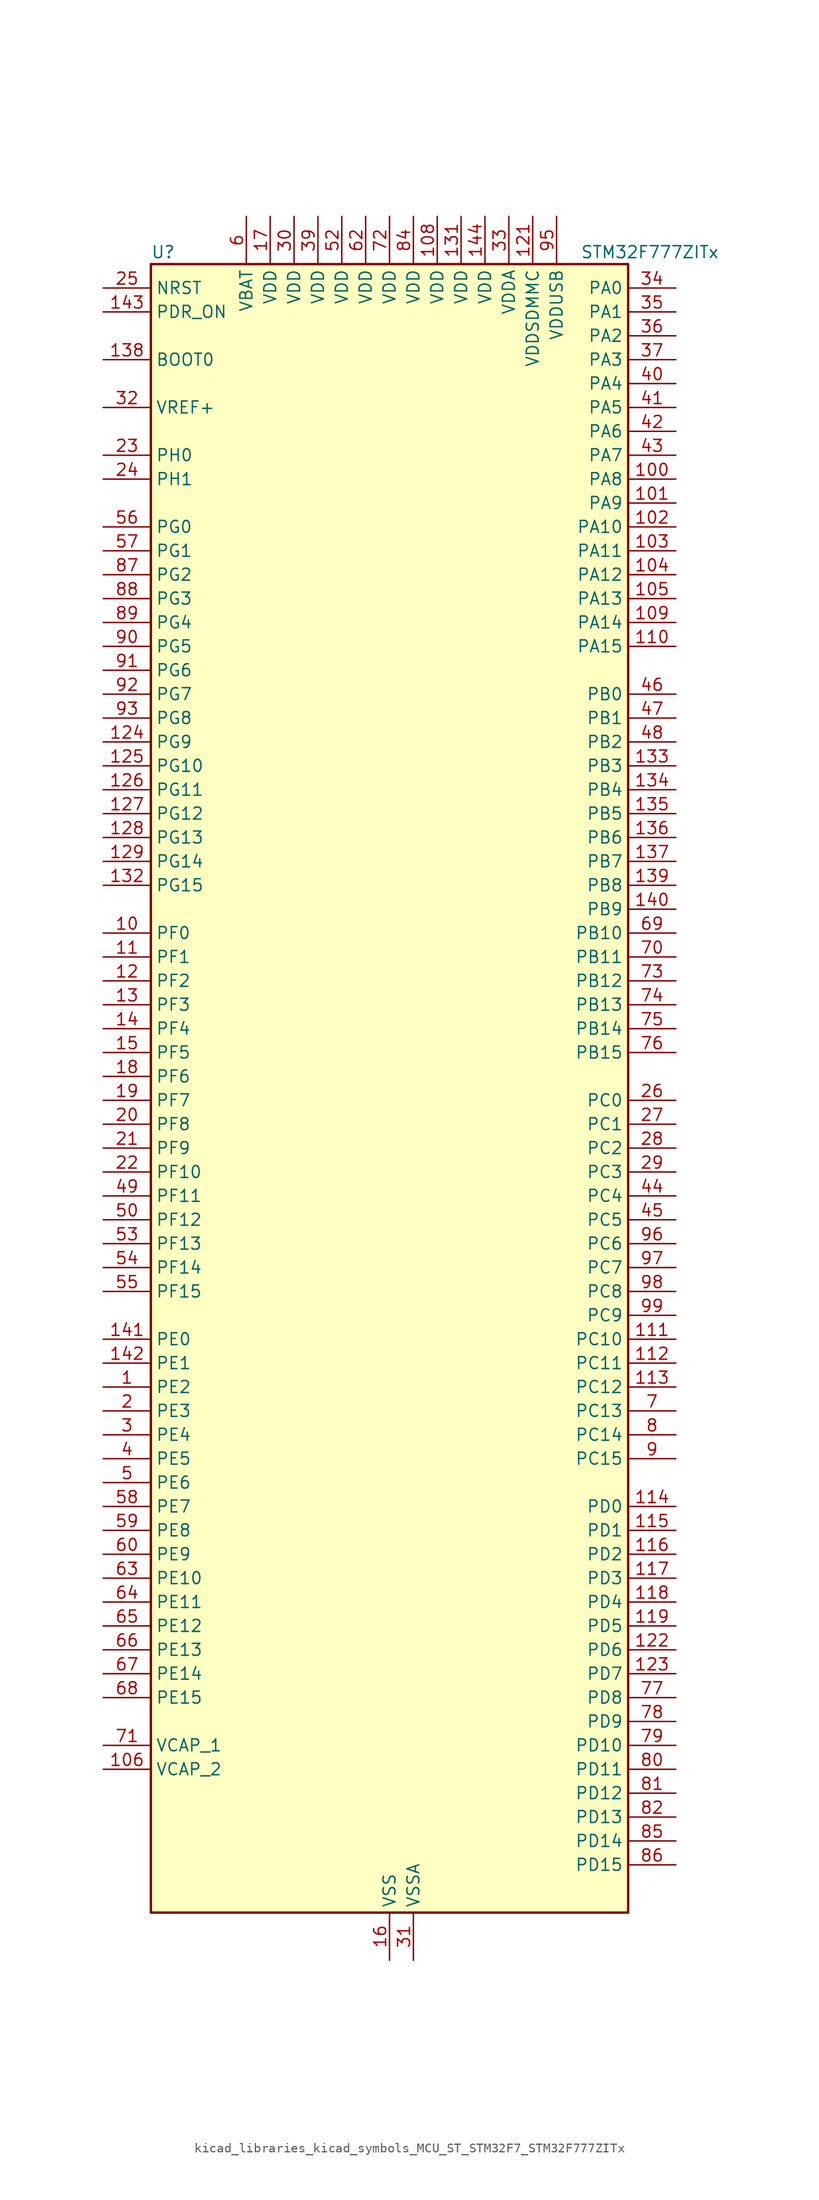
<source format=kicad_sym>
(kicad_symbol_lib
  (version 20220914)
  (generator kicad_symbol_editor)
  (symbol "kicad_libraries_kicad_symbols_MCU_ST_STM32F7_STM32F777ZITx"
    (property "Reference" "U"
      (at -25.4 90.17 0)
      (effects (font (size 1.27 1.27)) (justify left)))
    (property "Value" "STM32F777ZITx"
      (at 20.32 90.17 0)
      (effects (font (size 1.27 1.27)) (justify left)))
    (property "ki_locked" ""
      (at 0 0 0)
      (effects (font (size 1.27 1.27))))
    (symbol "kicad_libraries_kicad_symbols_MCU_ST_STM32F7_STM32F777ZITx_0_1"
      (rectangle (start -25.4 -86.36) (end 25.4 88.9) (stroke (width 0.254) (type default)) (fill (type background))))
    (symbol "kicad_libraries_kicad_symbols_MCU_ST_STM32F7_STM32F777ZITx_1_1"
      (pin bidirectional line (at -30.48 -30.48 0) (length 5.08) (name "PE2" (effects (font (size 1.27 1.27)))) (number "1" (effects (font (size 1.27 1.27)))) (alternate "ETH_TXD3" bidirectional line) (alternate "FMC_A23" bidirectional line) (alternate "QUADSPI_BK1_IO2" bidirectional line) (alternate "SAI1_MCLK_A" bidirectional line) (alternate "SPI4_SCK" bidirectional line) (alternate "SYS_TRACECLK" bidirectional line))
      (pin bidirectional line (at -30.48 17.78 0) (length 5.08) (name "PF0" (effects (font (size 1.27 1.27)))) (number "10" (effects (font (size 1.27 1.27)))) (alternate "FMC_A0" bidirectional line) (alternate "I2C2_SDA" bidirectional line))
      (pin bidirectional line (at 30.48 66.04 180) (length 5.08) (name "PA8" (effects (font (size 1.27 1.27)))) (number "100" (effects (font (size 1.27 1.27)))) (alternate "CAN3_RX" bidirectional line) (alternate "I2C3_SCL" bidirectional line) (alternate "LTDC_B3" bidirectional line) (alternate "LTDC_R6" bidirectional line) (alternate "RCC_MCO_1" bidirectional line) (alternate "TIM1_CH1" bidirectional line) (alternate "TIM8_BKIN2" bidirectional line) (alternate "UART7_RX" bidirectional line) (alternate "USART1_CK" bidirectional line) (alternate "USB_OTG_FS_SOF" bidirectional line))
      (pin bidirectional line (at 30.48 63.5 180) (length 5.08) (name "PA9" (effects (font (size 1.27 1.27)))) (number "101" (effects (font (size 1.27 1.27)))) (alternate "DAC_EXTI9" bidirectional line) (alternate "DCMI_D0" bidirectional line) (alternate "I2C3_SMBA" bidirectional line) (alternate "I2S2_CK" bidirectional line) (alternate "LTDC_R5" bidirectional line) (alternate "SPI2_SCK" bidirectional line) (alternate "TIM1_CH2" bidirectional line) (alternate "USART1_TX" bidirectional line) (alternate "USB_OTG_FS_VBUS" bidirectional line))
      (pin bidirectional line (at 30.48 60.96 180) (length 5.08) (name "PA10" (effects (font (size 1.27 1.27)))) (number "102" (effects (font (size 1.27 1.27)))) (alternate "DCMI_D1" bidirectional line) (alternate "LTDC_B1" bidirectional line) (alternate "LTDC_B4" bidirectional line) (alternate "MDIOS_MDIO" bidirectional line) (alternate "TIM1_CH3" bidirectional line) (alternate "USART1_RX" bidirectional line) (alternate "USB_OTG_FS_ID" bidirectional line))
      (pin bidirectional line (at 30.48 58.42 180) (length 5.08) (name "PA11" (effects (font (size 1.27 1.27)))) (number "103" (effects (font (size 1.27 1.27)))) (alternate "ADC1_EXTI11" bidirectional line) (alternate "ADC2_EXTI11" bidirectional line) (alternate "ADC3_EXTI11" bidirectional line) (alternate "CAN1_RX" bidirectional line) (alternate "I2S2_WS" bidirectional line) (alternate "LTDC_R4" bidirectional line) (alternate "SPI2_NSS" bidirectional line) (alternate "TIM1_CH4" bidirectional line) (alternate "UART4_RX" bidirectional line) (alternate "USART1_CTS" bidirectional line) (alternate "USB_OTG_FS_DM" bidirectional line))
      (pin bidirectional line (at 30.48 55.88 180) (length 5.08) (name "PA12" (effects (font (size 1.27 1.27)))) (number "104" (effects (font (size 1.27 1.27)))) (alternate "CAN1_TX" bidirectional line) (alternate "I2S2_CK" bidirectional line) (alternate "LTDC_R5" bidirectional line) (alternate "SAI2_FS_B" bidirectional line) (alternate "SPI2_SCK" bidirectional line) (alternate "TIM1_ETR" bidirectional line) (alternate "UART4_TX" bidirectional line) (alternate "USART1_DE" bidirectional line) (alternate "USART1_RTS" bidirectional line) (alternate "USB_OTG_FS_DP" bidirectional line))
      (pin bidirectional line (at 30.48 53.34 180) (length 5.08) (name "PA13" (effects (font (size 1.27 1.27)))) (number "105" (effects (font (size 1.27 1.27)))) (alternate "SYS_JTMS-SWDIO" bidirectional line))
      (pin power_out line (at -30.48 -71.12 0) (length 5.08) (name "VCAP_2" (effects (font (size 1.27 1.27)))) (number "106" (effects (font (size 1.27 1.27)))))
      (pin passive line (at 0 -91.44 90) (length 5.08) hide (name "VSS" (effects (font (size 1.27 1.27)))) (number "107" (effects (font (size 1.27 1.27)))))
      (pin power_in line (at 5.08 93.98 270) (length 5.08) (name "VDD" (effects (font (size 1.27 1.27)))) (number "108" (effects (font (size 1.27 1.27)))))
      (pin bidirectional line (at 30.48 50.8 180) (length 5.08) (name "PA14" (effects (font (size 1.27 1.27)))) (number "109" (effects (font (size 1.27 1.27)))) (alternate "SYS_JTCK-SWCLK" bidirectional line))
      (pin bidirectional line (at -30.48 15.24 0) (length 5.08) (name "PF1" (effects (font (size 1.27 1.27)))) (number "11" (effects (font (size 1.27 1.27)))) (alternate "FMC_A1" bidirectional line) (alternate "I2C2_SCL" bidirectional line))
      (pin bidirectional line (at 30.48 48.26 180) (length 5.08) (name "PA15" (effects (font (size 1.27 1.27)))) (number "110" (effects (font (size 1.27 1.27)))) (alternate "CAN3_TX" bidirectional line) (alternate "CEC" bidirectional line) (alternate "I2S1_WS" bidirectional line) (alternate "I2S3_WS" bidirectional line) (alternate "SPI1_NSS" bidirectional line) (alternate "SPI3_NSS" bidirectional line) (alternate "SPI6_NSS" bidirectional line) (alternate "SYS_JTDI" bidirectional line) (alternate "TIM2_CH1" bidirectional line) (alternate "TIM2_ETR" bidirectional line) (alternate "UART4_DE" bidirectional line) (alternate "UART4_RTS" bidirectional line) (alternate "UART7_TX" bidirectional line))
      (pin bidirectional line (at 30.48 -25.4 180) (length 5.08) (name "PC10" (effects (font (size 1.27 1.27)))) (number "111" (effects (font (size 1.27 1.27)))) (alternate "DCMI_D8" bidirectional line) (alternate "DFSDM1_CKIN5" bidirectional line) (alternate "I2S3_CK" bidirectional line) (alternate "LTDC_R2" bidirectional line) (alternate "QUADSPI_BK1_IO1" bidirectional line) (alternate "SDMMC1_D2" bidirectional line) (alternate "SPI3_SCK" bidirectional line) (alternate "UART4_TX" bidirectional line) (alternate "USART3_TX" bidirectional line))
      (pin bidirectional line (at 30.48 -27.94 180) (length 5.08) (name "PC11" (effects (font (size 1.27 1.27)))) (number "112" (effects (font (size 1.27 1.27)))) (alternate "ADC1_EXTI11" bidirectional line) (alternate "ADC2_EXTI11" bidirectional line) (alternate "ADC3_EXTI11" bidirectional line) (alternate "DCMI_D4" bidirectional line) (alternate "DFSDM1_DATIN5" bidirectional line) (alternate "QUADSPI_BK2_NCS" bidirectional line) (alternate "SDMMC1_D3" bidirectional line) (alternate "SPI3_MISO" bidirectional line) (alternate "UART4_RX" bidirectional line) (alternate "USART3_RX" bidirectional line))
      (pin bidirectional line (at 30.48 -30.48 180) (length 5.08) (name "PC12" (effects (font (size 1.27 1.27)))) (number "113" (effects (font (size 1.27 1.27)))) (alternate "DCMI_D9" bidirectional line) (alternate "I2S3_SD" bidirectional line) (alternate "SDMMC1_CK" bidirectional line) (alternate "SPI3_MOSI" bidirectional line) (alternate "SYS_TRACED3" bidirectional line) (alternate "UART5_TX" bidirectional line) (alternate "USART3_CK" bidirectional line))
      (pin bidirectional line (at 30.48 -43.18 180) (length 5.08) (name "PD0" (effects (font (size 1.27 1.27)))) (number "114" (effects (font (size 1.27 1.27)))) (alternate "CAN1_RX" bidirectional line) (alternate "DFSDM1_CKIN6" bidirectional line) (alternate "DFSDM1_DATIN7" bidirectional line) (alternate "FMC_D2" bidirectional line) (alternate "FMC_DA2" bidirectional line) (alternate "UART4_RX" bidirectional line))
      (pin bidirectional line (at 30.48 -45.72 180) (length 5.08) (name "PD1" (effects (font (size 1.27 1.27)))) (number "115" (effects (font (size 1.27 1.27)))) (alternate "CAN1_TX" bidirectional line) (alternate "DFSDM1_CKIN7" bidirectional line) (alternate "DFSDM1_DATIN6" bidirectional line) (alternate "FMC_D3" bidirectional line) (alternate "FMC_DA3" bidirectional line) (alternate "UART4_TX" bidirectional line))
      (pin bidirectional line (at 30.48 -48.26 180) (length 5.08) (name "PD2" (effects (font (size 1.27 1.27)))) (number "116" (effects (font (size 1.27 1.27)))) (alternate "DCMI_D11" bidirectional line) (alternate "SDMMC1_CMD" bidirectional line) (alternate "SYS_TRACED2" bidirectional line) (alternate "TIM3_ETR" bidirectional line) (alternate "UART5_RX" bidirectional line))
      (pin bidirectional line (at 30.48 -50.8 180) (length 5.08) (name "PD3" (effects (font (size 1.27 1.27)))) (number "117" (effects (font (size 1.27 1.27)))) (alternate "DCMI_D5" bidirectional line) (alternate "DFSDM1_CKOUT" bidirectional line) (alternate "DFSDM1_DATIN0" bidirectional line) (alternate "FMC_CLK" bidirectional line) (alternate "I2S2_CK" bidirectional line) (alternate "LTDC_G7" bidirectional line) (alternate "SPI2_SCK" bidirectional line) (alternate "USART2_CTS" bidirectional line))
      (pin bidirectional line (at 30.48 -53.34 180) (length 5.08) (name "PD4" (effects (font (size 1.27 1.27)))) (number "118" (effects (font (size 1.27 1.27)))) (alternate "DFSDM1_CKIN0" bidirectional line) (alternate "FMC_NOE" bidirectional line) (alternate "USART2_DE" bidirectional line) (alternate "USART2_RTS" bidirectional line))
      (pin bidirectional line (at 30.48 -55.88 180) (length 5.08) (name "PD5" (effects (font (size 1.27 1.27)))) (number "119" (effects (font (size 1.27 1.27)))) (alternate "FMC_NWE" bidirectional line) (alternate "USART2_TX" bidirectional line))
      (pin bidirectional line (at -30.48 12.7 0) (length 5.08) (name "PF2" (effects (font (size 1.27 1.27)))) (number "12" (effects (font (size 1.27 1.27)))) (alternate "FMC_A2" bidirectional line) (alternate "I2C2_SMBA" bidirectional line))
      (pin passive line (at 0 -91.44 90) (length 5.08) hide (name "VSS" (effects (font (size 1.27 1.27)))) (number "120" (effects (font (size 1.27 1.27)))))
      (pin power_in line (at 15.24 93.98 270) (length 5.08) (name "VDDSDMMC" (effects (font (size 1.27 1.27)))) (number "121" (effects (font (size 1.27 1.27)))))
      (pin bidirectional line (at 30.48 -58.42 180) (length 5.08) (name "PD6" (effects (font (size 1.27 1.27)))) (number "122" (effects (font (size 1.27 1.27)))) (alternate "DCMI_D10" bidirectional line) (alternate "DFSDM1_CKIN4" bidirectional line) (alternate "DFSDM1_DATIN1" bidirectional line) (alternate "FMC_NWAIT" bidirectional line) (alternate "I2S3_SD" bidirectional line) (alternate "LTDC_B2" bidirectional line) (alternate "SAI1_SD_A" bidirectional line) (alternate "SDMMC2_CK" bidirectional line) (alternate "SPI3_MOSI" bidirectional line) (alternate "USART2_RX" bidirectional line))
      (pin bidirectional line (at 30.48 -60.96 180) (length 5.08) (name "PD7" (effects (font (size 1.27 1.27)))) (number "123" (effects (font (size 1.27 1.27)))) (alternate "DFSDM1_CKIN1" bidirectional line) (alternate "DFSDM1_DATIN4" bidirectional line) (alternate "FMC_NE1" bidirectional line) (alternate "I2S1_SD" bidirectional line) (alternate "SDMMC2_CMD" bidirectional line) (alternate "SPDIFRX_IN0" bidirectional line) (alternate "SPI1_MOSI" bidirectional line) (alternate "USART2_CK" bidirectional line))
      (pin bidirectional line (at -30.48 38.1 0) (length 5.08) (name "PG9" (effects (font (size 1.27 1.27)))) (number "124" (effects (font (size 1.27 1.27)))) (alternate "DAC_EXTI9" bidirectional line) (alternate "DCMI_VSYNC" bidirectional line) (alternate "FMC_NCE" bidirectional line) (alternate "FMC_NE2" bidirectional line) (alternate "QUADSPI_BK2_IO2" bidirectional line) (alternate "SAI2_FS_B" bidirectional line) (alternate "SDMMC2_D0" bidirectional line) (alternate "SPDIFRX_IN3" bidirectional line) (alternate "SPI1_MISO" bidirectional line) (alternate "USART6_RX" bidirectional line))
      (pin bidirectional line (at -30.48 35.56 0) (length 5.08) (name "PG10" (effects (font (size 1.27 1.27)))) (number "125" (effects (font (size 1.27 1.27)))) (alternate "DCMI_D2" bidirectional line) (alternate "FMC_NE3" bidirectional line) (alternate "I2S1_WS" bidirectional line) (alternate "LTDC_B2" bidirectional line) (alternate "LTDC_G3" bidirectional line) (alternate "SAI2_SD_B" bidirectional line) (alternate "SDMMC2_D1" bidirectional line) (alternate "SPI1_NSS" bidirectional line))
      (pin bidirectional line (at -30.48 33.02 0) (length 5.08) (name "PG11" (effects (font (size 1.27 1.27)))) (number "126" (effects (font (size 1.27 1.27)))) (alternate "ADC1_EXTI11" bidirectional line) (alternate "ADC2_EXTI11" bidirectional line) (alternate "ADC3_EXTI11" bidirectional line) (alternate "DCMI_D3" bidirectional line) (alternate "ETH_TX_EN" bidirectional line) (alternate "I2S1_CK" bidirectional line) (alternate "LTDC_B3" bidirectional line) (alternate "SDMMC2_D2" bidirectional line) (alternate "SPDIFRX_IN0" bidirectional line) (alternate "SPI1_SCK" bidirectional line))
      (pin bidirectional line (at -30.48 30.48 0) (length 5.08) (name "PG12" (effects (font (size 1.27 1.27)))) (number "127" (effects (font (size 1.27 1.27)))) (alternate "FMC_NE4" bidirectional line) (alternate "LPTIM1_IN1" bidirectional line) (alternate "LTDC_B1" bidirectional line) (alternate "LTDC_B4" bidirectional line) (alternate "SDMMC2_D3" bidirectional line) (alternate "SPDIFRX_IN1" bidirectional line) (alternate "SPI6_MISO" bidirectional line) (alternate "USART6_DE" bidirectional line) (alternate "USART6_RTS" bidirectional line))
      (pin bidirectional line (at -30.48 27.94 0) (length 5.08) (name "PG13" (effects (font (size 1.27 1.27)))) (number "128" (effects (font (size 1.27 1.27)))) (alternate "ETH_TXD0" bidirectional line) (alternate "FMC_A24" bidirectional line) (alternate "LPTIM1_OUT" bidirectional line) (alternate "LTDC_R0" bidirectional line) (alternate "SPI6_SCK" bidirectional line) (alternate "SYS_TRACED0" bidirectional line) (alternate "USART6_CTS" bidirectional line))
      (pin bidirectional line (at -30.48 25.4 0) (length 5.08) (name "PG14" (effects (font (size 1.27 1.27)))) (number "129" (effects (font (size 1.27 1.27)))) (alternate "ETH_TXD1" bidirectional line) (alternate "FMC_A25" bidirectional line) (alternate "LPTIM1_ETR" bidirectional line) (alternate "LTDC_B0" bidirectional line) (alternate "QUADSPI_BK2_IO3" bidirectional line) (alternate "SPI6_MOSI" bidirectional line) (alternate "SYS_TRACED1" bidirectional line) (alternate "USART6_TX" bidirectional line))
      (pin bidirectional line (at -30.48 10.16 0) (length 5.08) (name "PF3" (effects (font (size 1.27 1.27)))) (number "13" (effects (font (size 1.27 1.27)))) (alternate "ADC3_IN9" bidirectional line) (alternate "FMC_A3" bidirectional line))
      (pin passive line (at 0 -91.44 90) (length 5.08) hide (name "VSS" (effects (font (size 1.27 1.27)))) (number "130" (effects (font (size 1.27 1.27)))))
      (pin power_in line (at 7.62 93.98 270) (length 5.08) (name "VDD" (effects (font (size 1.27 1.27)))) (number "131" (effects (font (size 1.27 1.27)))))
      (pin bidirectional line (at -30.48 22.86 0) (length 5.08) (name "PG15" (effects (font (size 1.27 1.27)))) (number "132" (effects (font (size 1.27 1.27)))) (alternate "DCMI_D13" bidirectional line) (alternate "FMC_SDNCAS" bidirectional line) (alternate "USART6_CTS" bidirectional line))
      (pin bidirectional line (at 30.48 35.56 180) (length 5.08) (name "PB3" (effects (font (size 1.27 1.27)))) (number "133" (effects (font (size 1.27 1.27)))) (alternate "CAN3_RX" bidirectional line) (alternate "I2S1_CK" bidirectional line) (alternate "I2S3_CK" bidirectional line) (alternate "SDMMC2_D2" bidirectional line) (alternate "SPI1_SCK" bidirectional line) (alternate "SPI3_SCK" bidirectional line) (alternate "SPI6_SCK" bidirectional line) (alternate "SYS_JTDO-SWO" bidirectional line) (alternate "TIM2_CH2" bidirectional line) (alternate "UART7_RX" bidirectional line))
      (pin bidirectional line (at 30.48 33.02 180) (length 5.08) (name "PB4" (effects (font (size 1.27 1.27)))) (number "134" (effects (font (size 1.27 1.27)))) (alternate "CAN3_TX" bidirectional line) (alternate "I2S2_WS" bidirectional line) (alternate "SDMMC2_D3" bidirectional line) (alternate "SPI1_MISO" bidirectional line) (alternate "SPI2_NSS" bidirectional line) (alternate "SPI3_MISO" bidirectional line) (alternate "SPI6_MISO" bidirectional line) (alternate "SYS_JTRST" bidirectional line) (alternate "TIM3_CH1" bidirectional line) (alternate "UART7_TX" bidirectional line))
      (pin bidirectional line (at 30.48 30.48 180) (length 5.08) (name "PB5" (effects (font (size 1.27 1.27)))) (number "135" (effects (font (size 1.27 1.27)))) (alternate "CAN2_RX" bidirectional line) (alternate "DCMI_D10" bidirectional line) (alternate "ETH_PPS_OUT" bidirectional line) (alternate "FMC_SDCKE1" bidirectional line) (alternate "I2C1_SMBA" bidirectional line) (alternate "I2S1_SD" bidirectional line) (alternate "I2S3_SD" bidirectional line) (alternate "LTDC_G7" bidirectional line) (alternate "SPI1_MOSI" bidirectional line) (alternate "SPI3_MOSI" bidirectional line) (alternate "SPI6_MOSI" bidirectional line) (alternate "TIM3_CH2" bidirectional line) (alternate "UART5_RX" bidirectional line) (alternate "USB_OTG_HS_ULPI_D7" bidirectional line))
      (pin bidirectional line (at 30.48 27.94 180) (length 5.08) (name "PB6" (effects (font (size 1.27 1.27)))) (number "136" (effects (font (size 1.27 1.27)))) (alternate "CAN2_TX" bidirectional line) (alternate "CEC" bidirectional line) (alternate "DCMI_D5" bidirectional line) (alternate "DFSDM1_DATIN5" bidirectional line) (alternate "FMC_SDNE1" bidirectional line) (alternate "I2C1_SCL" bidirectional line) (alternate "I2C4_SCL" bidirectional line) (alternate "QUADSPI_BK1_NCS" bidirectional line) (alternate "TIM4_CH1" bidirectional line) (alternate "UART5_TX" bidirectional line) (alternate "USART1_TX" bidirectional line))
      (pin bidirectional line (at 30.48 25.4 180) (length 5.08) (name "PB7" (effects (font (size 1.27 1.27)))) (number "137" (effects (font (size 1.27 1.27)))) (alternate "DCMI_VSYNC" bidirectional line) (alternate "DFSDM1_CKIN5" bidirectional line) (alternate "FMC_NL" bidirectional line) (alternate "I2C1_SDA" bidirectional line) (alternate "I2C4_SDA" bidirectional line) (alternate "TIM4_CH2" bidirectional line) (alternate "USART1_RX" bidirectional line))
      (pin input line (at -30.48 78.74 0) (length 5.08) (name "BOOT0" (effects (font (size 1.27 1.27)))) (number "138" (effects (font (size 1.27 1.27)))))
      (pin bidirectional line (at 30.48 22.86 180) (length 5.08) (name "PB8" (effects (font (size 1.27 1.27)))) (number "139" (effects (font (size 1.27 1.27)))) (alternate "CAN1_RX" bidirectional line) (alternate "DCMI_D6" bidirectional line) (alternate "DFSDM1_CKIN7" bidirectional line) (alternate "ETH_TXD3" bidirectional line) (alternate "I2C1_SCL" bidirectional line) (alternate "I2C4_SCL" bidirectional line) (alternate "LTDC_B6" bidirectional line) (alternate "SDMMC1_D4" bidirectional line) (alternate "SDMMC2_D4" bidirectional line) (alternate "TIM10_CH1" bidirectional line) (alternate "TIM4_CH3" bidirectional line) (alternate "UART5_RX" bidirectional line))
      (pin bidirectional line (at -30.48 7.62 0) (length 5.08) (name "PF4" (effects (font (size 1.27 1.27)))) (number "14" (effects (font (size 1.27 1.27)))) (alternate "ADC3_IN14" bidirectional line) (alternate "FMC_A4" bidirectional line))
      (pin bidirectional line (at 30.48 20.32 180) (length 5.08) (name "PB9" (effects (font (size 1.27 1.27)))) (number "140" (effects (font (size 1.27 1.27)))) (alternate "CAN1_TX" bidirectional line) (alternate "DAC_EXTI9" bidirectional line) (alternate "DCMI_D7" bidirectional line) (alternate "DFSDM1_DATIN7" bidirectional line) (alternate "I2C1_SDA" bidirectional line) (alternate "I2C4_SDA" bidirectional line) (alternate "I2C4_SMBA" bidirectional line) (alternate "I2S2_WS" bidirectional line) (alternate "LTDC_B7" bidirectional line) (alternate "SDMMC1_D5" bidirectional line) (alternate "SDMMC2_D5" bidirectional line) (alternate "SPI2_NSS" bidirectional line) (alternate "TIM11_CH1" bidirectional line) (alternate "TIM4_CH4" bidirectional line) (alternate "UART5_TX" bidirectional line))
      (pin bidirectional line (at -30.48 -25.4 0) (length 5.08) (name "PE0" (effects (font (size 1.27 1.27)))) (number "141" (effects (font (size 1.27 1.27)))) (alternate "DCMI_D2" bidirectional line) (alternate "FMC_NBL0" bidirectional line) (alternate "LPTIM1_ETR" bidirectional line) (alternate "SAI2_MCLK_A" bidirectional line) (alternate "TIM4_ETR" bidirectional line) (alternate "UART8_RX" bidirectional line))
      (pin bidirectional line (at -30.48 -27.94 0) (length 5.08) (name "PE1" (effects (font (size 1.27 1.27)))) (number "142" (effects (font (size 1.27 1.27)))) (alternate "DCMI_D3" bidirectional line) (alternate "FMC_NBL1" bidirectional line) (alternate "LPTIM1_IN2" bidirectional line) (alternate "UART8_TX" bidirectional line))
      (pin input line (at -30.48 83.82 0) (length 5.08) (name "PDR_ON" (effects (font (size 1.27 1.27)))) (number "143" (effects (font (size 1.27 1.27)))))
      (pin power_in line (at 10.16 93.98 270) (length 5.08) (name "VDD" (effects (font (size 1.27 1.27)))) (number "144" (effects (font (size 1.27 1.27)))))
      (pin bidirectional line (at -30.48 5.08 0) (length 5.08) (name "PF5" (effects (font (size 1.27 1.27)))) (number "15" (effects (font (size 1.27 1.27)))) (alternate "ADC3_IN15" bidirectional line) (alternate "FMC_A5" bidirectional line))
      (pin power_in line (at 0 -91.44 90) (length 5.08) (name "VSS" (effects (font (size 1.27 1.27)))) (number "16" (effects (font (size 1.27 1.27)))))
      (pin power_in line (at -12.7 93.98 270) (length 5.08) (name "VDD" (effects (font (size 1.27 1.27)))) (number "17" (effects (font (size 1.27 1.27)))))
      (pin bidirectional line (at -30.48 2.54 0) (length 5.08) (name "PF6" (effects (font (size 1.27 1.27)))) (number "18" (effects (font (size 1.27 1.27)))) (alternate "ADC3_IN4" bidirectional line) (alternate "QUADSPI_BK1_IO3" bidirectional line) (alternate "SAI1_SD_B" bidirectional line) (alternate "SPI5_NSS" bidirectional line) (alternate "TIM10_CH1" bidirectional line) (alternate "UART7_RX" bidirectional line))
      (pin bidirectional line (at -30.48 0 0) (length 5.08) (name "PF7" (effects (font (size 1.27 1.27)))) (number "19" (effects (font (size 1.27 1.27)))) (alternate "ADC3_IN5" bidirectional line) (alternate "QUADSPI_BK1_IO2" bidirectional line) (alternate "SAI1_MCLK_B" bidirectional line) (alternate "SPI5_SCK" bidirectional line) (alternate "TIM11_CH1" bidirectional line) (alternate "UART7_TX" bidirectional line))
      (pin bidirectional line (at -30.48 -33.02 0) (length 5.08) (name "PE3" (effects (font (size 1.27 1.27)))) (number "2" (effects (font (size 1.27 1.27)))) (alternate "FMC_A19" bidirectional line) (alternate "SAI1_SD_B" bidirectional line) (alternate "SYS_TRACED0" bidirectional line))
      (pin bidirectional line (at -30.48 -2.54 0) (length 5.08) (name "PF8" (effects (font (size 1.27 1.27)))) (number "20" (effects (font (size 1.27 1.27)))) (alternate "ADC3_IN6" bidirectional line) (alternate "QUADSPI_BK1_IO0" bidirectional line) (alternate "SAI1_SCK_B" bidirectional line) (alternate "SPI5_MISO" bidirectional line) (alternate "TIM13_CH1" bidirectional line) (alternate "UART7_DE" bidirectional line) (alternate "UART7_RTS" bidirectional line))
      (pin bidirectional line (at -30.48 -5.08 0) (length 5.08) (name "PF9" (effects (font (size 1.27 1.27)))) (number "21" (effects (font (size 1.27 1.27)))) (alternate "ADC3_IN7" bidirectional line) (alternate "DAC_EXTI9" bidirectional line) (alternate "QUADSPI_BK1_IO1" bidirectional line) (alternate "SAI1_FS_B" bidirectional line) (alternate "SPI5_MOSI" bidirectional line) (alternate "TIM14_CH1" bidirectional line) (alternate "UART7_CTS" bidirectional line))
      (pin bidirectional line (at -30.48 -7.62 0) (length 5.08) (name "PF10" (effects (font (size 1.27 1.27)))) (number "22" (effects (font (size 1.27 1.27)))) (alternate "ADC3_IN8" bidirectional line) (alternate "DCMI_D11" bidirectional line) (alternate "LTDC_DE" bidirectional line) (alternate "QUADSPI_CLK" bidirectional line))
      (pin bidirectional line (at -30.48 68.58 0) (length 5.08) (name "PH0" (effects (font (size 1.27 1.27)))) (number "23" (effects (font (size 1.27 1.27)))) (alternate "RCC_OSC_IN" bidirectional line))
      (pin bidirectional line (at -30.48 66.04 0) (length 5.08) (name "PH1" (effects (font (size 1.27 1.27)))) (number "24" (effects (font (size 1.27 1.27)))) (alternate "RCC_OSC_OUT" bidirectional line))
      (pin input line (at -30.48 86.36 0) (length 5.08) (name "NRST" (effects (font (size 1.27 1.27)))) (number "25" (effects (font (size 1.27 1.27)))))
      (pin bidirectional line (at 30.48 0 180) (length 5.08) (name "PC0" (effects (font (size 1.27 1.27)))) (number "26" (effects (font (size 1.27 1.27)))) (alternate "ADC1_IN10" bidirectional line) (alternate "ADC2_IN10" bidirectional line) (alternate "ADC3_IN10" bidirectional line) (alternate "DFSDM1_CKIN0" bidirectional line) (alternate "DFSDM1_DATIN4" bidirectional line) (alternate "FMC_SDNWE" bidirectional line) (alternate "LTDC_R5" bidirectional line) (alternate "SAI2_FS_B" bidirectional line) (alternate "USB_OTG_HS_ULPI_STP" bidirectional line))
      (pin bidirectional line (at 30.48 -2.54 180) (length 5.08) (name "PC1" (effects (font (size 1.27 1.27)))) (number "27" (effects (font (size 1.27 1.27)))) (alternate "ADC1_IN11" bidirectional line) (alternate "ADC2_IN11" bidirectional line) (alternate "ADC3_IN11" bidirectional line) (alternate "DFSDM1_CKIN4" bidirectional line) (alternate "DFSDM1_DATIN0" bidirectional line) (alternate "ETH_MDC" bidirectional line) (alternate "I2S2_SD" bidirectional line) (alternate "MDIOS_MDC" bidirectional line) (alternate "RTC_TAMP3" bidirectional line) (alternate "RTC_TS" bidirectional line) (alternate "SAI1_SD_A" bidirectional line) (alternate "SPI2_MOSI" bidirectional line) (alternate "SYS_TRACED0" bidirectional line) (alternate "SYS_WKUP3" bidirectional line))
      (pin bidirectional line (at 30.48 -5.08 180) (length 5.08) (name "PC2" (effects (font (size 1.27 1.27)))) (number "28" (effects (font (size 1.27 1.27)))) (alternate "ADC1_IN12" bidirectional line) (alternate "ADC2_IN12" bidirectional line) (alternate "ADC3_IN12" bidirectional line) (alternate "DFSDM1_CKIN1" bidirectional line) (alternate "DFSDM1_CKOUT" bidirectional line) (alternate "ETH_TXD2" bidirectional line) (alternate "FMC_SDNE0" bidirectional line) (alternate "SPI2_MISO" bidirectional line) (alternate "USB_OTG_HS_ULPI_DIR" bidirectional line))
      (pin bidirectional line (at 30.48 -7.62 180) (length 5.08) (name "PC3" (effects (font (size 1.27 1.27)))) (number "29" (effects (font (size 1.27 1.27)))) (alternate "ADC1_IN13" bidirectional line) (alternate "ADC2_IN13" bidirectional line) (alternate "ADC3_IN13" bidirectional line) (alternate "DFSDM1_DATIN1" bidirectional line) (alternate "ETH_TX_CLK" bidirectional line) (alternate "FMC_SDCKE0" bidirectional line) (alternate "I2S2_SD" bidirectional line) (alternate "SPI2_MOSI" bidirectional line) (alternate "USB_OTG_HS_ULPI_NXT" bidirectional line))
      (pin bidirectional line (at -30.48 -35.56 0) (length 5.08) (name "PE4" (effects (font (size 1.27 1.27)))) (number "3" (effects (font (size 1.27 1.27)))) (alternate "DCMI_D4" bidirectional line) (alternate "DFSDM1_DATIN3" bidirectional line) (alternate "FMC_A20" bidirectional line) (alternate "LTDC_B0" bidirectional line) (alternate "SAI1_FS_A" bidirectional line) (alternate "SPI4_NSS" bidirectional line) (alternate "SYS_TRACED1" bidirectional line))
      (pin power_in line (at -10.16 93.98 270) (length 5.08) (name "VDD" (effects (font (size 1.27 1.27)))) (number "30" (effects (font (size 1.27 1.27)))))
      (pin power_in line (at 2.54 -91.44 90) (length 5.08) (name "VSSA" (effects (font (size 1.27 1.27)))) (number "31" (effects (font (size 1.27 1.27)))))
      (pin input line (at -30.48 73.66 0) (length 5.08) (name "VREF+" (effects (font (size 1.27 1.27)))) (number "32" (effects (font (size 1.27 1.27)))))
      (pin power_in line (at 12.7 93.98 270) (length 5.08) (name "VDDA" (effects (font (size 1.27 1.27)))) (number "33" (effects (font (size 1.27 1.27)))))
      (pin bidirectional line (at 30.48 86.36 180) (length 5.08) (name "PA0" (effects (font (size 1.27 1.27)))) (number "34" (effects (font (size 1.27 1.27)))) (alternate "ADC1_IN0" bidirectional line) (alternate "ADC2_IN0" bidirectional line) (alternate "ADC3_IN0" bidirectional line) (alternate "ETH_CRS" bidirectional line) (alternate "SAI2_SD_B" bidirectional line) (alternate "SYS_WKUP1" bidirectional line) (alternate "TIM2_CH1" bidirectional line) (alternate "TIM2_ETR" bidirectional line) (alternate "TIM5_CH1" bidirectional line) (alternate "TIM8_ETR" bidirectional line) (alternate "UART4_TX" bidirectional line) (alternate "USART2_CTS" bidirectional line))
      (pin bidirectional line (at 30.48 83.82 180) (length 5.08) (name "PA1" (effects (font (size 1.27 1.27)))) (number "35" (effects (font (size 1.27 1.27)))) (alternate "ADC1_IN1" bidirectional line) (alternate "ADC2_IN1" bidirectional line) (alternate "ADC3_IN1" bidirectional line) (alternate "ETH_REF_CLK" bidirectional line) (alternate "ETH_RX_CLK" bidirectional line) (alternate "LTDC_R2" bidirectional line) (alternate "QUADSPI_BK1_IO3" bidirectional line) (alternate "SAI2_MCLK_B" bidirectional line) (alternate "TIM2_CH2" bidirectional line) (alternate "TIM5_CH2" bidirectional line) (alternate "UART4_RX" bidirectional line) (alternate "USART2_DE" bidirectional line) (alternate "USART2_RTS" bidirectional line))
      (pin bidirectional line (at 30.48 81.28 180) (length 5.08) (name "PA2" (effects (font (size 1.27 1.27)))) (number "36" (effects (font (size 1.27 1.27)))) (alternate "ADC1_IN2" bidirectional line) (alternate "ADC2_IN2" bidirectional line) (alternate "ADC3_IN2" bidirectional line) (alternate "ETH_MDIO" bidirectional line) (alternate "LTDC_R1" bidirectional line) (alternate "MDIOS_MDIO" bidirectional line) (alternate "SAI2_SCK_B" bidirectional line) (alternate "SYS_WKUP2" bidirectional line) (alternate "TIM2_CH3" bidirectional line) (alternate "TIM5_CH3" bidirectional line) (alternate "TIM9_CH1" bidirectional line) (alternate "USART2_TX" bidirectional line))
      (pin bidirectional line (at 30.48 78.74 180) (length 5.08) (name "PA3" (effects (font (size 1.27 1.27)))) (number "37" (effects (font (size 1.27 1.27)))) (alternate "ADC1_IN3" bidirectional line) (alternate "ADC2_IN3" bidirectional line) (alternate "ADC3_IN3" bidirectional line) (alternate "ETH_COL" bidirectional line) (alternate "LTDC_B2" bidirectional line) (alternate "LTDC_B5" bidirectional line) (alternate "TIM2_CH4" bidirectional line) (alternate "TIM5_CH4" bidirectional line) (alternate "TIM9_CH2" bidirectional line) (alternate "USART2_RX" bidirectional line) (alternate "USB_OTG_HS_ULPI_D0" bidirectional line))
      (pin passive line (at 0 -91.44 90) (length 5.08) hide (name "VSS" (effects (font (size 1.27 1.27)))) (number "38" (effects (font (size 1.27 1.27)))))
      (pin power_in line (at -7.62 93.98 270) (length 5.08) (name "VDD" (effects (font (size 1.27 1.27)))) (number "39" (effects (font (size 1.27 1.27)))))
      (pin bidirectional line (at -30.48 -38.1 0) (length 5.08) (name "PE5" (effects (font (size 1.27 1.27)))) (number "4" (effects (font (size 1.27 1.27)))) (alternate "DCMI_D6" bidirectional line) (alternate "DFSDM1_CKIN3" bidirectional line) (alternate "FMC_A21" bidirectional line) (alternate "LTDC_G0" bidirectional line) (alternate "SAI1_SCK_A" bidirectional line) (alternate "SPI4_MISO" bidirectional line) (alternate "SYS_TRACED2" bidirectional line) (alternate "TIM9_CH1" bidirectional line))
      (pin bidirectional line (at 30.48 76.2 180) (length 5.08) (name "PA4" (effects (font (size 1.27 1.27)))) (number "40" (effects (font (size 1.27 1.27)))) (alternate "ADC1_IN4" bidirectional line) (alternate "ADC2_IN4" bidirectional line) (alternate "DAC_OUT1" bidirectional line) (alternate "DCMI_HSYNC" bidirectional line) (alternate "I2S1_WS" bidirectional line) (alternate "I2S3_WS" bidirectional line) (alternate "LTDC_VSYNC" bidirectional line) (alternate "SPI1_NSS" bidirectional line) (alternate "SPI3_NSS" bidirectional line) (alternate "SPI6_NSS" bidirectional line) (alternate "USART2_CK" bidirectional line) (alternate "USB_OTG_HS_SOF" bidirectional line))
      (pin bidirectional line (at 30.48 73.66 180) (length 5.08) (name "PA5" (effects (font (size 1.27 1.27)))) (number "41" (effects (font (size 1.27 1.27)))) (alternate "ADC1_IN5" bidirectional line) (alternate "ADC2_IN5" bidirectional line) (alternate "DAC_OUT2" bidirectional line) (alternate "I2S1_CK" bidirectional line) (alternate "LTDC_R4" bidirectional line) (alternate "SPI1_SCK" bidirectional line) (alternate "SPI6_SCK" bidirectional line) (alternate "TIM2_CH1" bidirectional line) (alternate "TIM2_ETR" bidirectional line) (alternate "TIM8_CH1N" bidirectional line) (alternate "USB_OTG_HS_ULPI_CK" bidirectional line))
      (pin bidirectional line (at 30.48 71.12 180) (length 5.08) (name "PA6" (effects (font (size 1.27 1.27)))) (number "42" (effects (font (size 1.27 1.27)))) (alternate "ADC1_IN6" bidirectional line) (alternate "ADC2_IN6" bidirectional line) (alternate "DCMI_PIXCLK" bidirectional line) (alternate "LTDC_G2" bidirectional line) (alternate "MDIOS_MDC" bidirectional line) (alternate "SPI1_MISO" bidirectional line) (alternate "SPI6_MISO" bidirectional line) (alternate "TIM13_CH1" bidirectional line) (alternate "TIM1_BKIN" bidirectional line) (alternate "TIM3_CH1" bidirectional line) (alternate "TIM8_BKIN" bidirectional line))
      (pin bidirectional line (at 30.48 68.58 180) (length 5.08) (name "PA7" (effects (font (size 1.27 1.27)))) (number "43" (effects (font (size 1.27 1.27)))) (alternate "ADC1_IN7" bidirectional line) (alternate "ADC2_IN7" bidirectional line) (alternate "ETH_CRS_DV" bidirectional line) (alternate "ETH_RX_DV" bidirectional line) (alternate "FMC_SDNWE" bidirectional line) (alternate "I2S1_SD" bidirectional line) (alternate "SPI1_MOSI" bidirectional line) (alternate "SPI6_MOSI" bidirectional line) (alternate "TIM14_CH1" bidirectional line) (alternate "TIM1_CH1N" bidirectional line) (alternate "TIM3_CH2" bidirectional line) (alternate "TIM8_CH1N" bidirectional line))
      (pin bidirectional line (at 30.48 -10.16 180) (length 5.08) (name "PC4" (effects (font (size 1.27 1.27)))) (number "44" (effects (font (size 1.27 1.27)))) (alternate "ADC1_IN14" bidirectional line) (alternate "ADC2_IN14" bidirectional line) (alternate "DFSDM1_CKIN2" bidirectional line) (alternate "ETH_RXD0" bidirectional line) (alternate "FMC_SDNE0" bidirectional line) (alternate "I2S1_MCK" bidirectional line) (alternate "SPDIFRX_IN2" bidirectional line))
      (pin bidirectional line (at 30.48 -12.7 180) (length 5.08) (name "PC5" (effects (font (size 1.27 1.27)))) (number "45" (effects (font (size 1.27 1.27)))) (alternate "ADC1_IN15" bidirectional line) (alternate "ADC2_IN15" bidirectional line) (alternate "DFSDM1_DATIN2" bidirectional line) (alternate "ETH_RXD1" bidirectional line) (alternate "FMC_SDCKE0" bidirectional line) (alternate "SPDIFRX_IN3" bidirectional line))
      (pin bidirectional line (at 30.48 43.18 180) (length 5.08) (name "PB0" (effects (font (size 1.27 1.27)))) (number "46" (effects (font (size 1.27 1.27)))) (alternate "ADC1_IN8" bidirectional line) (alternate "ADC2_IN8" bidirectional line) (alternate "DFSDM1_CKOUT" bidirectional line) (alternate "ETH_RXD2" bidirectional line) (alternate "LTDC_G1" bidirectional line) (alternate "LTDC_R3" bidirectional line) (alternate "TIM1_CH2N" bidirectional line) (alternate "TIM3_CH3" bidirectional line) (alternate "TIM8_CH2N" bidirectional line) (alternate "UART4_CTS" bidirectional line) (alternate "USB_OTG_HS_ULPI_D1" bidirectional line))
      (pin bidirectional line (at 30.48 40.64 180) (length 5.08) (name "PB1" (effects (font (size 1.27 1.27)))) (number "47" (effects (font (size 1.27 1.27)))) (alternate "ADC1_IN9" bidirectional line) (alternate "ADC2_IN9" bidirectional line) (alternate "DFSDM1_DATIN1" bidirectional line) (alternate "ETH_RXD3" bidirectional line) (alternate "LTDC_G0" bidirectional line) (alternate "LTDC_R6" bidirectional line) (alternate "TIM1_CH3N" bidirectional line) (alternate "TIM3_CH4" bidirectional line) (alternate "TIM8_CH3N" bidirectional line) (alternate "USB_OTG_HS_ULPI_D2" bidirectional line))
      (pin bidirectional line (at 30.48 38.1 180) (length 5.08) (name "PB2" (effects (font (size 1.27 1.27)))) (number "48" (effects (font (size 1.27 1.27)))) (alternate "DFSDM1_CKIN1" bidirectional line) (alternate "I2S3_SD" bidirectional line) (alternate "QUADSPI_CLK" bidirectional line) (alternate "SAI1_SD_A" bidirectional line) (alternate "SPI3_MOSI" bidirectional line))
      (pin bidirectional line (at -30.48 -10.16 0) (length 5.08) (name "PF11" (effects (font (size 1.27 1.27)))) (number "49" (effects (font (size 1.27 1.27)))) (alternate "ADC1_EXTI11" bidirectional line) (alternate "ADC2_EXTI11" bidirectional line) (alternate "ADC3_EXTI11" bidirectional line) (alternate "DCMI_D12" bidirectional line) (alternate "FMC_SDNRAS" bidirectional line) (alternate "SAI2_SD_B" bidirectional line) (alternate "SPI5_MOSI" bidirectional line))
      (pin bidirectional line (at -30.48 -40.64 0) (length 5.08) (name "PE6" (effects (font (size 1.27 1.27)))) (number "5" (effects (font (size 1.27 1.27)))) (alternate "DCMI_D7" bidirectional line) (alternate "FMC_A22" bidirectional line) (alternate "LTDC_G1" bidirectional line) (alternate "SAI1_SD_A" bidirectional line) (alternate "SAI2_MCLK_B" bidirectional line) (alternate "SPI4_MOSI" bidirectional line) (alternate "SYS_TRACED3" bidirectional line) (alternate "TIM1_BKIN2" bidirectional line) (alternate "TIM9_CH2" bidirectional line))
      (pin bidirectional line (at -30.48 -12.7 0) (length 5.08) (name "PF12" (effects (font (size 1.27 1.27)))) (number "50" (effects (font (size 1.27 1.27)))) (alternate "FMC_A6" bidirectional line))
      (pin passive line (at 0 -91.44 90) (length 5.08) hide (name "VSS" (effects (font (size 1.27 1.27)))) (number "51" (effects (font (size 1.27 1.27)))))
      (pin power_in line (at -5.08 93.98 270) (length 5.08) (name "VDD" (effects (font (size 1.27 1.27)))) (number "52" (effects (font (size 1.27 1.27)))))
      (pin bidirectional line (at -30.48 -15.24 0) (length 5.08) (name "PF13" (effects (font (size 1.27 1.27)))) (number "53" (effects (font (size 1.27 1.27)))) (alternate "DFSDM1_DATIN6" bidirectional line) (alternate "FMC_A7" bidirectional line) (alternate "I2C4_SMBA" bidirectional line))
      (pin bidirectional line (at -30.48 -17.78 0) (length 5.08) (name "PF14" (effects (font (size 1.27 1.27)))) (number "54" (effects (font (size 1.27 1.27)))) (alternate "DFSDM1_CKIN6" bidirectional line) (alternate "FMC_A8" bidirectional line) (alternate "I2C4_SCL" bidirectional line))
      (pin bidirectional line (at -30.48 -20.32 0) (length 5.08) (name "PF15" (effects (font (size 1.27 1.27)))) (number "55" (effects (font (size 1.27 1.27)))) (alternate "FMC_A9" bidirectional line) (alternate "I2C4_SDA" bidirectional line))
      (pin bidirectional line (at -30.48 60.96 0) (length 5.08) (name "PG0" (effects (font (size 1.27 1.27)))) (number "56" (effects (font (size 1.27 1.27)))) (alternate "FMC_A10" bidirectional line))
      (pin bidirectional line (at -30.48 58.42 0) (length 5.08) (name "PG1" (effects (font (size 1.27 1.27)))) (number "57" (effects (font (size 1.27 1.27)))) (alternate "FMC_A11" bidirectional line))
      (pin bidirectional line (at -30.48 -43.18 0) (length 5.08) (name "PE7" (effects (font (size 1.27 1.27)))) (number "58" (effects (font (size 1.27 1.27)))) (alternate "DFSDM1_DATIN2" bidirectional line) (alternate "FMC_D4" bidirectional line) (alternate "FMC_DA4" bidirectional line) (alternate "QUADSPI_BK2_IO0" bidirectional line) (alternate "TIM1_ETR" bidirectional line) (alternate "UART7_RX" bidirectional line))
      (pin bidirectional line (at -30.48 -45.72 0) (length 5.08) (name "PE8" (effects (font (size 1.27 1.27)))) (number "59" (effects (font (size 1.27 1.27)))) (alternate "DFSDM1_CKIN2" bidirectional line) (alternate "FMC_D5" bidirectional line) (alternate "FMC_DA5" bidirectional line) (alternate "QUADSPI_BK2_IO1" bidirectional line) (alternate "TIM1_CH1N" bidirectional line) (alternate "UART7_TX" bidirectional line))
      (pin power_in line (at -15.24 93.98 270) (length 5.08) (name "VBAT" (effects (font (size 1.27 1.27)))) (number "6" (effects (font (size 1.27 1.27)))))
      (pin bidirectional line (at -30.48 -48.26 0) (length 5.08) (name "PE9" (effects (font (size 1.27 1.27)))) (number "60" (effects (font (size 1.27 1.27)))) (alternate "DAC_EXTI9" bidirectional line) (alternate "DFSDM1_CKOUT" bidirectional line) (alternate "FMC_D6" bidirectional line) (alternate "FMC_DA6" bidirectional line) (alternate "QUADSPI_BK2_IO2" bidirectional line) (alternate "TIM1_CH1" bidirectional line) (alternate "UART7_DE" bidirectional line) (alternate "UART7_RTS" bidirectional line))
      (pin passive line (at 0 -91.44 90) (length 5.08) hide (name "VSS" (effects (font (size 1.27 1.27)))) (number "61" (effects (font (size 1.27 1.27)))))
      (pin power_in line (at -2.54 93.98 270) (length 5.08) (name "VDD" (effects (font (size 1.27 1.27)))) (number "62" (effects (font (size 1.27 1.27)))))
      (pin bidirectional line (at -30.48 -50.8 0) (length 5.08) (name "PE10" (effects (font (size 1.27 1.27)))) (number "63" (effects (font (size 1.27 1.27)))) (alternate "DFSDM1_DATIN4" bidirectional line) (alternate "FMC_D7" bidirectional line) (alternate "FMC_DA7" bidirectional line) (alternate "QUADSPI_BK2_IO3" bidirectional line) (alternate "TIM1_CH2N" bidirectional line) (alternate "UART7_CTS" bidirectional line))
      (pin bidirectional line (at -30.48 -53.34 0) (length 5.08) (name "PE11" (effects (font (size 1.27 1.27)))) (number "64" (effects (font (size 1.27 1.27)))) (alternate "ADC1_EXTI11" bidirectional line) (alternate "ADC2_EXTI11" bidirectional line) (alternate "ADC3_EXTI11" bidirectional line) (alternate "DFSDM1_CKIN4" bidirectional line) (alternate "FMC_D8" bidirectional line) (alternate "FMC_DA8" bidirectional line) (alternate "LTDC_G3" bidirectional line) (alternate "SAI2_SD_B" bidirectional line) (alternate "SPI4_NSS" bidirectional line) (alternate "TIM1_CH2" bidirectional line))
      (pin bidirectional line (at -30.48 -55.88 0) (length 5.08) (name "PE12" (effects (font (size 1.27 1.27)))) (number "65" (effects (font (size 1.27 1.27)))) (alternate "DFSDM1_DATIN5" bidirectional line) (alternate "FMC_D9" bidirectional line) (alternate "FMC_DA9" bidirectional line) (alternate "LTDC_B4" bidirectional line) (alternate "SAI2_SCK_B" bidirectional line) (alternate "SPI4_SCK" bidirectional line) (alternate "TIM1_CH3N" bidirectional line))
      (pin bidirectional line (at -30.48 -58.42 0) (length 5.08) (name "PE13" (effects (font (size 1.27 1.27)))) (number "66" (effects (font (size 1.27 1.27)))) (alternate "DFSDM1_CKIN5" bidirectional line) (alternate "FMC_D10" bidirectional line) (alternate "FMC_DA10" bidirectional line) (alternate "LTDC_DE" bidirectional line) (alternate "SAI2_FS_B" bidirectional line) (alternate "SPI4_MISO" bidirectional line) (alternate "TIM1_CH3" bidirectional line))
      (pin bidirectional line (at -30.48 -60.96 0) (length 5.08) (name "PE14" (effects (font (size 1.27 1.27)))) (number "67" (effects (font (size 1.27 1.27)))) (alternate "FMC_D11" bidirectional line) (alternate "FMC_DA11" bidirectional line) (alternate "LTDC_CLK" bidirectional line) (alternate "SAI2_MCLK_B" bidirectional line) (alternate "SPI4_MOSI" bidirectional line) (alternate "TIM1_CH4" bidirectional line))
      (pin bidirectional line (at -30.48 -63.5 0) (length 5.08) (name "PE15" (effects (font (size 1.27 1.27)))) (number "68" (effects (font (size 1.27 1.27)))) (alternate "FMC_D12" bidirectional line) (alternate "FMC_DA12" bidirectional line) (alternate "LTDC_R7" bidirectional line) (alternate "TIM1_BKIN" bidirectional line))
      (pin bidirectional line (at 30.48 17.78 180) (length 5.08) (name "PB10" (effects (font (size 1.27 1.27)))) (number "69" (effects (font (size 1.27 1.27)))) (alternate "DFSDM1_DATIN7" bidirectional line) (alternate "ETH_RX_ER" bidirectional line) (alternate "I2C2_SCL" bidirectional line) (alternate "I2S2_CK" bidirectional line) (alternate "LTDC_G4" bidirectional line) (alternate "QUADSPI_BK1_NCS" bidirectional line) (alternate "SPI2_SCK" bidirectional line) (alternate "TIM2_CH3" bidirectional line) (alternate "USART3_TX" bidirectional line) (alternate "USB_OTG_HS_ULPI_D3" bidirectional line))
      (pin bidirectional line (at 30.48 -33.02 180) (length 5.08) (name "PC13" (effects (font (size 1.27 1.27)))) (number "7" (effects (font (size 1.27 1.27)))) (alternate "RTC_OUT" bidirectional line) (alternate "RTC_TAMP1" bidirectional line) (alternate "RTC_TS" bidirectional line) (alternate "SYS_WKUP4" bidirectional line))
      (pin bidirectional line (at 30.48 15.24 180) (length 5.08) (name "PB11" (effects (font (size 1.27 1.27)))) (number "70" (effects (font (size 1.27 1.27)))) (alternate "ADC1_EXTI11" bidirectional line) (alternate "ADC2_EXTI11" bidirectional line) (alternate "ADC3_EXTI11" bidirectional line) (alternate "DFSDM1_CKIN7" bidirectional line) (alternate "ETH_TX_EN" bidirectional line) (alternate "I2C2_SDA" bidirectional line) (alternate "LTDC_G5" bidirectional line) (alternate "TIM2_CH4" bidirectional line) (alternate "USART3_RX" bidirectional line) (alternate "USB_OTG_HS_ULPI_D4" bidirectional line))
      (pin power_out line (at -30.48 -68.58 0) (length 5.08) (name "VCAP_1" (effects (font (size 1.27 1.27)))) (number "71" (effects (font (size 1.27 1.27)))))
      (pin power_in line (at 0 93.98 270) (length 5.08) (name "VDD" (effects (font (size 1.27 1.27)))) (number "72" (effects (font (size 1.27 1.27)))))
      (pin bidirectional line (at 30.48 12.7 180) (length 5.08) (name "PB12" (effects (font (size 1.27 1.27)))) (number "73" (effects (font (size 1.27 1.27)))) (alternate "CAN2_RX" bidirectional line) (alternate "DFSDM1_DATIN1" bidirectional line) (alternate "ETH_TXD0" bidirectional line) (alternate "I2C2_SMBA" bidirectional line) (alternate "I2S2_WS" bidirectional line) (alternate "SPI2_NSS" bidirectional line) (alternate "TIM1_BKIN" bidirectional line) (alternate "UART5_RX" bidirectional line) (alternate "USART3_CK" bidirectional line) (alternate "USB_OTG_HS_ID" bidirectional line) (alternate "USB_OTG_HS_ULPI_D5" bidirectional line))
      (pin bidirectional line (at 30.48 10.16 180) (length 5.08) (name "PB13" (effects (font (size 1.27 1.27)))) (number "74" (effects (font (size 1.27 1.27)))) (alternate "CAN2_TX" bidirectional line) (alternate "DFSDM1_CKIN1" bidirectional line) (alternate "ETH_TXD1" bidirectional line) (alternate "I2S2_CK" bidirectional line) (alternate "SPI2_SCK" bidirectional line) (alternate "TIM1_CH1N" bidirectional line) (alternate "UART5_TX" bidirectional line) (alternate "USART3_CTS" bidirectional line) (alternate "USB_OTG_HS_ULPI_D6" bidirectional line) (alternate "USB_OTG_HS_VBUS" bidirectional line))
      (pin bidirectional line (at 30.48 7.62 180) (length 5.08) (name "PB14" (effects (font (size 1.27 1.27)))) (number "75" (effects (font (size 1.27 1.27)))) (alternate "DFSDM1_DATIN2" bidirectional line) (alternate "SDMMC2_D0" bidirectional line) (alternate "SPI2_MISO" bidirectional line) (alternate "TIM12_CH1" bidirectional line) (alternate "TIM1_CH2N" bidirectional line) (alternate "TIM8_CH2N" bidirectional line) (alternate "UART4_DE" bidirectional line) (alternate "UART4_RTS" bidirectional line) (alternate "USART1_TX" bidirectional line) (alternate "USART3_DE" bidirectional line) (alternate "USART3_RTS" bidirectional line) (alternate "USB_OTG_HS_DM" bidirectional line))
      (pin bidirectional line (at 30.48 5.08 180) (length 5.08) (name "PB15" (effects (font (size 1.27 1.27)))) (number "76" (effects (font (size 1.27 1.27)))) (alternate "DFSDM1_CKIN2" bidirectional line) (alternate "I2S2_SD" bidirectional line) (alternate "RTC_REFIN" bidirectional line) (alternate "SDMMC2_D1" bidirectional line) (alternate "SPI2_MOSI" bidirectional line) (alternate "TIM12_CH2" bidirectional line) (alternate "TIM1_CH3N" bidirectional line) (alternate "TIM8_CH3N" bidirectional line) (alternate "UART4_CTS" bidirectional line) (alternate "USART1_RX" bidirectional line) (alternate "USB_OTG_HS_DP" bidirectional line))
      (pin bidirectional line (at 30.48 -63.5 180) (length 5.08) (name "PD8" (effects (font (size 1.27 1.27)))) (number "77" (effects (font (size 1.27 1.27)))) (alternate "DFSDM1_CKIN3" bidirectional line) (alternate "FMC_D13" bidirectional line) (alternate "FMC_DA13" bidirectional line) (alternate "SPDIFRX_IN1" bidirectional line) (alternate "USART3_TX" bidirectional line))
      (pin bidirectional line (at 30.48 -66.04 180) (length 5.08) (name "PD9" (effects (font (size 1.27 1.27)))) (number "78" (effects (font (size 1.27 1.27)))) (alternate "DAC_EXTI9" bidirectional line) (alternate "DFSDM1_DATIN3" bidirectional line) (alternate "FMC_D14" bidirectional line) (alternate "FMC_DA14" bidirectional line) (alternate "USART3_RX" bidirectional line))
      (pin bidirectional line (at 30.48 -68.58 180) (length 5.08) (name "PD10" (effects (font (size 1.27 1.27)))) (number "79" (effects (font (size 1.27 1.27)))) (alternate "DFSDM1_CKOUT" bidirectional line) (alternate "FMC_D15" bidirectional line) (alternate "FMC_DA15" bidirectional line) (alternate "LTDC_B3" bidirectional line) (alternate "USART3_CK" bidirectional line))
      (pin bidirectional line (at 30.48 -35.56 180) (length 5.08) (name "PC14" (effects (font (size 1.27 1.27)))) (number "8" (effects (font (size 1.27 1.27)))) (alternate "RCC_OSC32_IN" bidirectional line))
      (pin bidirectional line (at 30.48 -71.12 180) (length 5.08) (name "PD11" (effects (font (size 1.27 1.27)))) (number "80" (effects (font (size 1.27 1.27)))) (alternate "ADC1_EXTI11" bidirectional line) (alternate "ADC2_EXTI11" bidirectional line) (alternate "ADC3_EXTI11" bidirectional line) (alternate "FMC_A16" bidirectional line) (alternate "FMC_CLE" bidirectional line) (alternate "I2C4_SMBA" bidirectional line) (alternate "QUADSPI_BK1_IO0" bidirectional line) (alternate "SAI2_SD_A" bidirectional line) (alternate "USART3_CTS" bidirectional line))
      (pin bidirectional line (at 30.48 -73.66 180) (length 5.08) (name "PD12" (effects (font (size 1.27 1.27)))) (number "81" (effects (font (size 1.27 1.27)))) (alternate "FMC_A17" bidirectional line) (alternate "FMC_ALE" bidirectional line) (alternate "I2C4_SCL" bidirectional line) (alternate "LPTIM1_IN1" bidirectional line) (alternate "QUADSPI_BK1_IO1" bidirectional line) (alternate "SAI2_FS_A" bidirectional line) (alternate "TIM4_CH1" bidirectional line) (alternate "USART3_DE" bidirectional line) (alternate "USART3_RTS" bidirectional line))
      (pin bidirectional line (at 30.48 -76.2 180) (length 5.08) (name "PD13" (effects (font (size 1.27 1.27)))) (number "82" (effects (font (size 1.27 1.27)))) (alternate "FMC_A18" bidirectional line) (alternate "I2C4_SDA" bidirectional line) (alternate "LPTIM1_OUT" bidirectional line) (alternate "QUADSPI_BK1_IO3" bidirectional line) (alternate "SAI2_SCK_A" bidirectional line) (alternate "TIM4_CH2" bidirectional line))
      (pin passive line (at 0 -91.44 90) (length 5.08) hide (name "VSS" (effects (font (size 1.27 1.27)))) (number "83" (effects (font (size 1.27 1.27)))))
      (pin power_in line (at 2.54 93.98 270) (length 5.08) (name "VDD" (effects (font (size 1.27 1.27)))) (number "84" (effects (font (size 1.27 1.27)))))
      (pin bidirectional line (at 30.48 -78.74 180) (length 5.08) (name "PD14" (effects (font (size 1.27 1.27)))) (number "85" (effects (font (size 1.27 1.27)))) (alternate "FMC_D0" bidirectional line) (alternate "FMC_DA0" bidirectional line) (alternate "TIM4_CH3" bidirectional line) (alternate "UART8_CTS" bidirectional line))
      (pin bidirectional line (at 30.48 -81.28 180) (length 5.08) (name "PD15" (effects (font (size 1.27 1.27)))) (number "86" (effects (font (size 1.27 1.27)))) (alternate "FMC_D1" bidirectional line) (alternate "FMC_DA1" bidirectional line) (alternate "TIM4_CH4" bidirectional line) (alternate "UART8_DE" bidirectional line) (alternate "UART8_RTS" bidirectional line))
      (pin bidirectional line (at -30.48 55.88 0) (length 5.08) (name "PG2" (effects (font (size 1.27 1.27)))) (number "87" (effects (font (size 1.27 1.27)))) (alternate "FMC_A12" bidirectional line))
      (pin bidirectional line (at -30.48 53.34 0) (length 5.08) (name "PG3" (effects (font (size 1.27 1.27)))) (number "88" (effects (font (size 1.27 1.27)))) (alternate "FMC_A13" bidirectional line))
      (pin bidirectional line (at -30.48 50.8 0) (length 5.08) (name "PG4" (effects (font (size 1.27 1.27)))) (number "89" (effects (font (size 1.27 1.27)))) (alternate "FMC_A14" bidirectional line) (alternate "FMC_BA0" bidirectional line))
      (pin bidirectional line (at 30.48 -38.1 180) (length 5.08) (name "PC15" (effects (font (size 1.27 1.27)))) (number "9" (effects (font (size 1.27 1.27)))) (alternate "RCC_OSC32_OUT" bidirectional line))
      (pin bidirectional line (at -30.48 48.26 0) (length 5.08) (name "PG5" (effects (font (size 1.27 1.27)))) (number "90" (effects (font (size 1.27 1.27)))) (alternate "FMC_A15" bidirectional line) (alternate "FMC_BA1" bidirectional line))
      (pin bidirectional line (at -30.48 45.72 0) (length 5.08) (name "PG6" (effects (font (size 1.27 1.27)))) (number "91" (effects (font (size 1.27 1.27)))) (alternate "DCMI_D12" bidirectional line) (alternate "FMC_NE3" bidirectional line) (alternate "LTDC_R7" bidirectional line))
      (pin bidirectional line (at -30.48 43.18 0) (length 5.08) (name "PG7" (effects (font (size 1.27 1.27)))) (number "92" (effects (font (size 1.27 1.27)))) (alternate "DCMI_D13" bidirectional line) (alternate "FMC_INT" bidirectional line) (alternate "LTDC_CLK" bidirectional line) (alternate "SAI1_MCLK_A" bidirectional line) (alternate "USART6_CK" bidirectional line))
      (pin bidirectional line (at -30.48 40.64 0) (length 5.08) (name "PG8" (effects (font (size 1.27 1.27)))) (number "93" (effects (font (size 1.27 1.27)))) (alternate "ETH_PPS_OUT" bidirectional line) (alternate "FMC_SDCLK" bidirectional line) (alternate "LTDC_G7" bidirectional line) (alternate "SPDIFRX_IN2" bidirectional line) (alternate "SPI6_NSS" bidirectional line) (alternate "USART6_DE" bidirectional line) (alternate "USART6_RTS" bidirectional line))
      (pin passive line (at 0 -91.44 90) (length 5.08) hide (name "VSS" (effects (font (size 1.27 1.27)))) (number "94" (effects (font (size 1.27 1.27)))))
      (pin power_in line (at 17.78 93.98 270) (length 5.08) (name "VDDUSB" (effects (font (size 1.27 1.27)))) (number "95" (effects (font (size 1.27 1.27)))))
      (pin bidirectional line (at 30.48 -15.24 180) (length 5.08) (name "PC6" (effects (font (size 1.27 1.27)))) (number "96" (effects (font (size 1.27 1.27)))) (alternate "DCMI_D0" bidirectional line) (alternate "DFSDM1_CKIN3" bidirectional line) (alternate "FMC_NWAIT" bidirectional line) (alternate "I2S2_MCK" bidirectional line) (alternate "LTDC_HSYNC" bidirectional line) (alternate "SDMMC1_D6" bidirectional line) (alternate "SDMMC2_D6" bidirectional line) (alternate "TIM3_CH1" bidirectional line) (alternate "TIM8_CH1" bidirectional line) (alternate "USART6_TX" bidirectional line))
      (pin bidirectional line (at 30.48 -17.78 180) (length 5.08) (name "PC7" (effects (font (size 1.27 1.27)))) (number "97" (effects (font (size 1.27 1.27)))) (alternate "DCMI_D1" bidirectional line) (alternate "DFSDM1_DATIN3" bidirectional line) (alternate "FMC_NE1" bidirectional line) (alternate "I2S3_MCK" bidirectional line) (alternate "LTDC_G6" bidirectional line) (alternate "SDMMC1_D7" bidirectional line) (alternate "SDMMC2_D7" bidirectional line) (alternate "TIM3_CH2" bidirectional line) (alternate "TIM8_CH2" bidirectional line) (alternate "USART6_RX" bidirectional line))
      (pin bidirectional line (at 30.48 -20.32 180) (length 5.08) (name "PC8" (effects (font (size 1.27 1.27)))) (number "98" (effects (font (size 1.27 1.27)))) (alternate "DCMI_D2" bidirectional line) (alternate "FMC_NCE" bidirectional line) (alternate "FMC_NE2" bidirectional line) (alternate "SDMMC1_D0" bidirectional line) (alternate "SYS_TRACED1" bidirectional line) (alternate "TIM3_CH3" bidirectional line) (alternate "TIM8_CH3" bidirectional line) (alternate "UART5_DE" bidirectional line) (alternate "UART5_RTS" bidirectional line) (alternate "USART6_CK" bidirectional line))
      (pin bidirectional line (at 30.48 -22.86 180) (length 5.08) (name "PC9" (effects (font (size 1.27 1.27)))) (number "99" (effects (font (size 1.27 1.27)))) (alternate "DAC_EXTI9" bidirectional line) (alternate "DCMI_D3" bidirectional line) (alternate "I2C3_SDA" bidirectional line) (alternate "I2S_CKIN" bidirectional line) (alternate "LTDC_B2" bidirectional line) (alternate "LTDC_G3" bidirectional line) (alternate "QUADSPI_BK1_IO0" bidirectional line) (alternate "RCC_MCO_2" bidirectional line) (alternate "SDMMC1_D1" bidirectional line) (alternate "TIM3_CH4" bidirectional line) (alternate "TIM8_CH4" bidirectional line) (alternate "UART5_CTS" bidirectional line)))))
</source>
